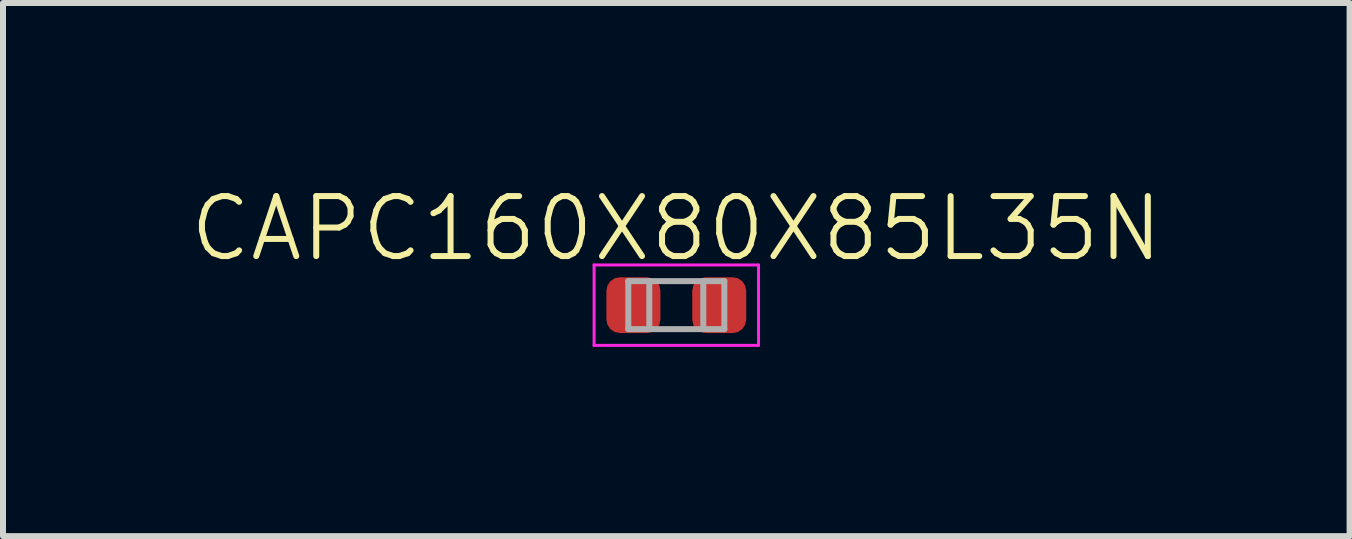
<source format=kicad_pcb>
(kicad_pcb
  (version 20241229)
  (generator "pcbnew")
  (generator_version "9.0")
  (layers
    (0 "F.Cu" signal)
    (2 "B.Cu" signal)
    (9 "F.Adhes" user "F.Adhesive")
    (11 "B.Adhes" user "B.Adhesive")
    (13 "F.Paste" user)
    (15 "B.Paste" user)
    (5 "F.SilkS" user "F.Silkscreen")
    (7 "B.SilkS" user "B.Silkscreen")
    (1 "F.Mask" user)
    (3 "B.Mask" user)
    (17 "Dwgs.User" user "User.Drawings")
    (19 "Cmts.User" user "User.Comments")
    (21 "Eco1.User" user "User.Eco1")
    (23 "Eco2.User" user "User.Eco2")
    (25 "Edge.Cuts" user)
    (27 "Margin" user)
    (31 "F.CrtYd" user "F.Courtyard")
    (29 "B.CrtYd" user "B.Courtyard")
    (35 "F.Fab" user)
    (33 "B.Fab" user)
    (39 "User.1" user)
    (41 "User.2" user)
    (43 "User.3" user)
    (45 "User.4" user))
  (footprint "CAPC160X80X85L35N"
    (layer "F.Cu")
    (at 8.22 2.035)
    (property "Reference" "CAPC160X80X85L35N" (at 0 -1.275 0) (unlocked yes) (layer "F.SilkS") (effects (font (size 1 1) (thickness 0.1))))
    (attr smd)
    (fp_line (start -1.37 -0.67) (end -1.37 0.67) (stroke (width 0.05) (type default)) (layer "F.CrtYd"))
    (fp_line (start -1.37 -0.67) (end 1.37 -0.67) (stroke (width 0.05) (type default)) (layer "F.CrtYd"))
    (fp_line (start -1.37 0.67) (end 1.37 0.67) (stroke (width 0.05) (type default)) (layer "F.CrtYd"))
    (fp_line (start 1.37 -0.67) (end 1.37 0.67) (stroke (width 0.05) (type default)) (layer "F.CrtYd"))
    (fp_line (start -0.8 -0.4) (end -0.8 0.4) (stroke (width 0.1) (type default)) (layer "F.Fab"))
    (fp_line (start -0.8 -0.4) (end 0.8 -0.4) (stroke (width 0.1) (type default)) (layer "F.Fab"))
    (fp_line (start -0.8 0.4) (end 0.8 0.4) (stroke (width 0.1) (type default)) (layer "F.Fab"))
    (fp_line (start -0.45 -0.4) (end -0.45 0.4) (stroke (width 0.1) (type default)) (layer "F.Fab"))
    (fp_line (start 0.45 -0.4) (end 0.45 0.4) (stroke (width 0.1) (type default)) (layer "F.Fab"))
    (fp_line (start 0.8 -0.4) (end 0.8 0.4) (stroke (width 0.1) (type default)) (layer "F.Fab"))
    (fp_line (start -0.8 -0.4) (end -0.8 0.4) (stroke (width 0.1) (type default)) (layer "User.2"))
    (fp_line (start -0.8 0.4) (end 0.8 0.4) (stroke (width 0.1) (type default)) (layer "User.2"))
    (fp_line (start -0.35 0) (end 0.35 0) (stroke (width 0.1) (type default)) (layer "User.2"))
    (fp_line (start 0 -0.35) (end 0 0.35) (stroke (width 0.1) (type default)) (layer "User.2"))
    (fp_line (start 0.8 -0.4) (end -0.8 -0.4) (stroke (width 0.1) (type default)) (layer "User.2"))
    (fp_line (start 0.8 0.4) (end 0.8 -0.4) (stroke (width 0.1) (type default)) (layer "User.2"))
    (fp_circle (center 0 0) (end 0 0.25) (stroke (width 0.1) (type default)) (fill no) (layer "User.2"))
    (fp_text user "${REFERENCE}" (at 0 0 0) (unlocked yes) (layer "User.3") (effects (font (size 1 1) (thickness 0.15))))
    (pad "1" smd roundrect (at -0.715 0) (size 0.9 0.93) (layers "F.Cu" "F.Mask" "F.Paste") (roundrect_rratio 0.25))
    (pad "2" smd roundrect (at 0.715 0) (size 0.9 0.93) (layers "F.Cu" "F.Mask" "F.Paste") (roundrect_rratio 0.25)))
  (gr_rect
    (start -3 -3)
    (end 19.44 5.884)
    (stroke (width 0.1) (type default))
    (fill no)
    (layer "Edge.Cuts")))
</source>
